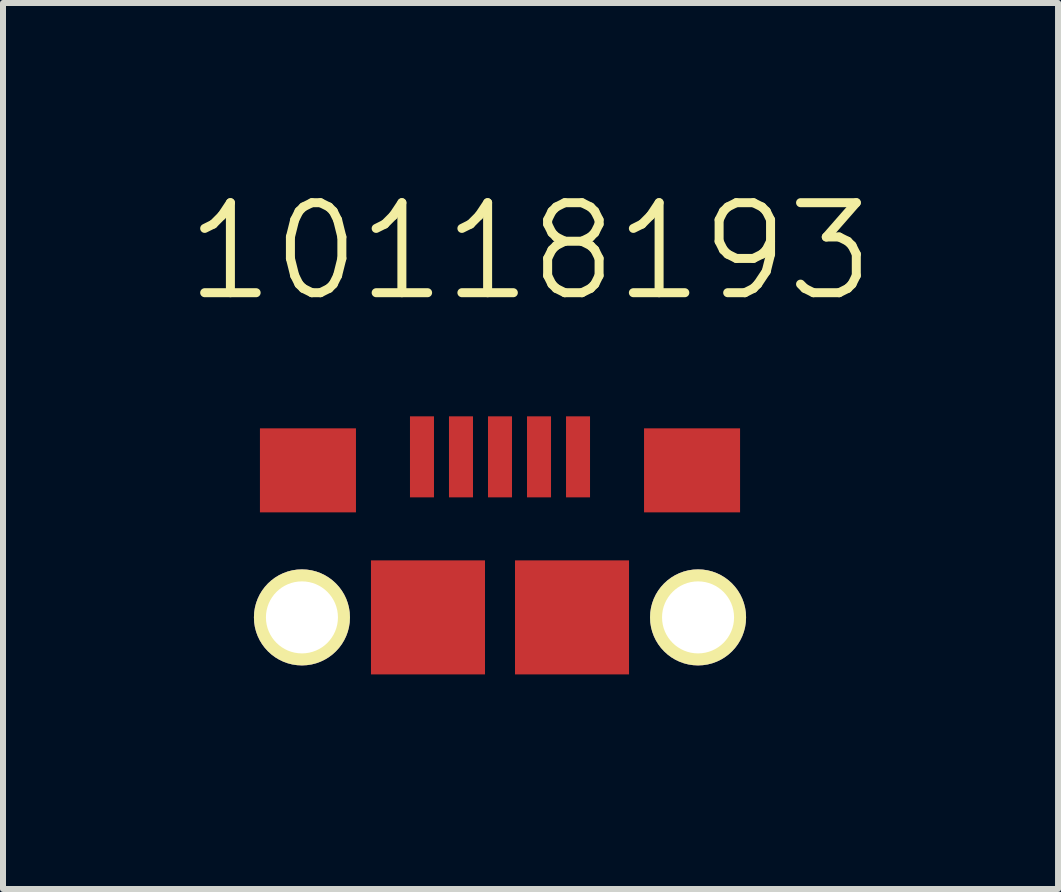
<source format=kicad_pcb>
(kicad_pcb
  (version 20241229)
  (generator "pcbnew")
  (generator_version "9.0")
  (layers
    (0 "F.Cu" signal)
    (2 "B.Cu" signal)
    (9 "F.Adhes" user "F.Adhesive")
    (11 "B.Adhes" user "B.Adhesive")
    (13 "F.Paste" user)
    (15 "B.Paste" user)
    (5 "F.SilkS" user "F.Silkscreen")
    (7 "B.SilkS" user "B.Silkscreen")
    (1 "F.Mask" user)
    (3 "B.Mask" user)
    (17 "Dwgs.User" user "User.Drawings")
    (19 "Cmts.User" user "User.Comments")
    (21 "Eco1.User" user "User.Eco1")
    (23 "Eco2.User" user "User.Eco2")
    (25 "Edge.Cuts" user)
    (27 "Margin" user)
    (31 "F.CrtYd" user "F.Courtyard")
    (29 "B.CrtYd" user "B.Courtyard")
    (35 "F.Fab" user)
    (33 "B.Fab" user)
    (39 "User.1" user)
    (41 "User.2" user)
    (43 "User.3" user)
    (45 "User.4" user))
  (footprint "10118193"
    (layer "F.Cu")
    (at 5.281 7.237)
    (property "Reference" "10118193" (at 0.508 -6.096 0) (layer "F.SilkS") (effects (font (size 1.5 1.5) (thickness 0.15))))
    (attr through_hole)
    (fp_line (start -5 -5) (end 5 -5) (stroke (width 0.15) (type solid)) (layer "Eco1.User"))
    (fp_line (start -5 1.45) (end -5 -5) (stroke (width 0.15) (type solid)) (layer "Eco1.User"))
    (fp_line (start -5 1.45) (end 5 1.45) (stroke (width 0.15) (type solid)) (layer "Eco1.User"))
    (fp_line (start 5 1.45) (end 5 -5) (stroke (width 0.15) (type solid)) (layer "Eco1.User"))
    (pad "1" smd rect (at -1.3 -2.675) (size 0.4 1.35) (layers "F.Cu" "F.Mask" "F.Paste"))
    (pad "2" smd rect (at -0.65 -2.675) (size 0.4 1.35) (layers "F.Cu" "F.Mask" "F.Paste"))
    (pad "3" smd rect (at 0 -2.675) (size 0.4 1.35) (layers "F.Cu" "F.Mask" "F.Paste"))
    (pad "4" smd rect (at 0.65 -2.675) (size 0.4 1.35) (layers "F.Cu" "F.Mask" "F.Paste"))
    (pad "5" smd rect (at 1.3 -2.675) (size 0.4 1.35) (layers "F.Cu" "F.Mask" "F.Paste"))
    (pad "6" smd rect (at -3.2 -2.45) (size 1.6 1.4) (layers "F.Cu" "F.Mask" "F.Paste"))
    (pad "7" smd rect (at 3.2 -2.45) (size 1.6 1.4) (layers "F.Cu" "F.Mask" "F.Paste"))
    (pad "8" thru_hole circle (at -3.3 0) (size 1.6 1.6) (drill 1.2) (layers "*.Cu" "*.Mask" "F.SilkS"))
    (pad "8" smd rect (at -1.2 0) (size 1.9 1.9) (layers "F.Cu" "F.Mask" "F.Paste"))
    (pad "9" smd rect (at 1.2 0) (size 1.9 1.9) (layers "F.Cu" "F.Mask" "F.Paste"))
    (pad "9" thru_hole circle (at 3.3 0) (size 1.6 1.6) (drill 1.2) (layers "*.Cu" "*.Mask" "F.SilkS")))
  (gr_rect
    (start -3 -3)
    (end 14.579 11.762)
    (stroke (width 0.1) (type default))
    (fill no)
    (layer "Edge.Cuts")))
</source>
